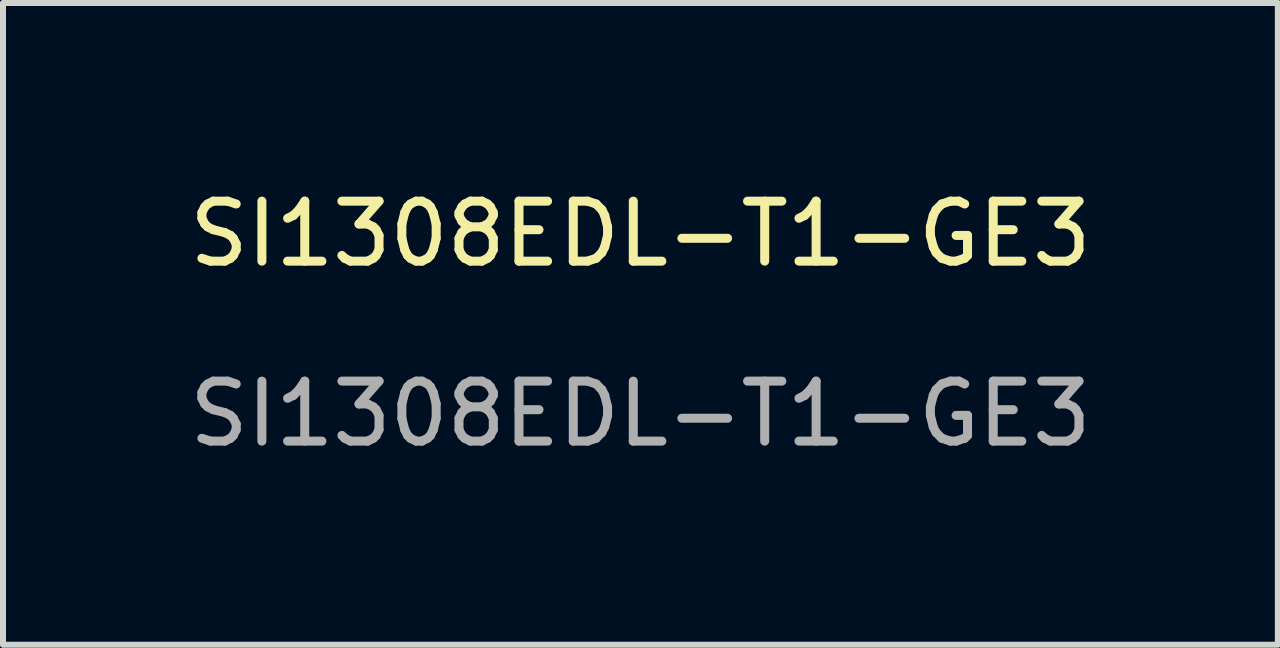
<source format=kicad_pcb>
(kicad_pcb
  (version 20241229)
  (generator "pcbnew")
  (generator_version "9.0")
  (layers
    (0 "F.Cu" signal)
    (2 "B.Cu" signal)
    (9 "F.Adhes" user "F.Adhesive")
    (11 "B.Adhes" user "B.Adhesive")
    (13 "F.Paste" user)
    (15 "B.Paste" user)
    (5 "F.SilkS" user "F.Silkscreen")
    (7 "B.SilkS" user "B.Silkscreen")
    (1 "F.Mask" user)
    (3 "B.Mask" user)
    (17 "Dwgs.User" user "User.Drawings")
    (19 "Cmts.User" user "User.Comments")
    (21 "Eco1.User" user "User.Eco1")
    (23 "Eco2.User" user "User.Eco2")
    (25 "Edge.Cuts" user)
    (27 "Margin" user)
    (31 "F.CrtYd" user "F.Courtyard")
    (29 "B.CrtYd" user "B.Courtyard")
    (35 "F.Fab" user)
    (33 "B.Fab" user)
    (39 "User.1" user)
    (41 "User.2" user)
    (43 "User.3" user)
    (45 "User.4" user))
  (footprint "SI1308EDL-T1-GE3"
    (layer "F.Cu")
    (at 7.625 1.348)
    (property "Reference" "SI1308EDL-T1-GE3" (at 0 -0.5 0) (unlocked yes) (layer "F.SilkS") (effects (font (size 1 1) (thickness 0.15))))
    (attr smd)
    (fp_text user "${REFERENCE}" (at 0 2.5 0) (unlocked yes) (layer "F.Fab") (effects (font (size 1 1) (thickness 0.15)))))
  (gr_rect
    (start -3 -3)
    (end 18.25 7.697)
    (stroke (width 0.1) (type default))
    (fill no)
    (layer "Edge.Cuts")))
</source>
